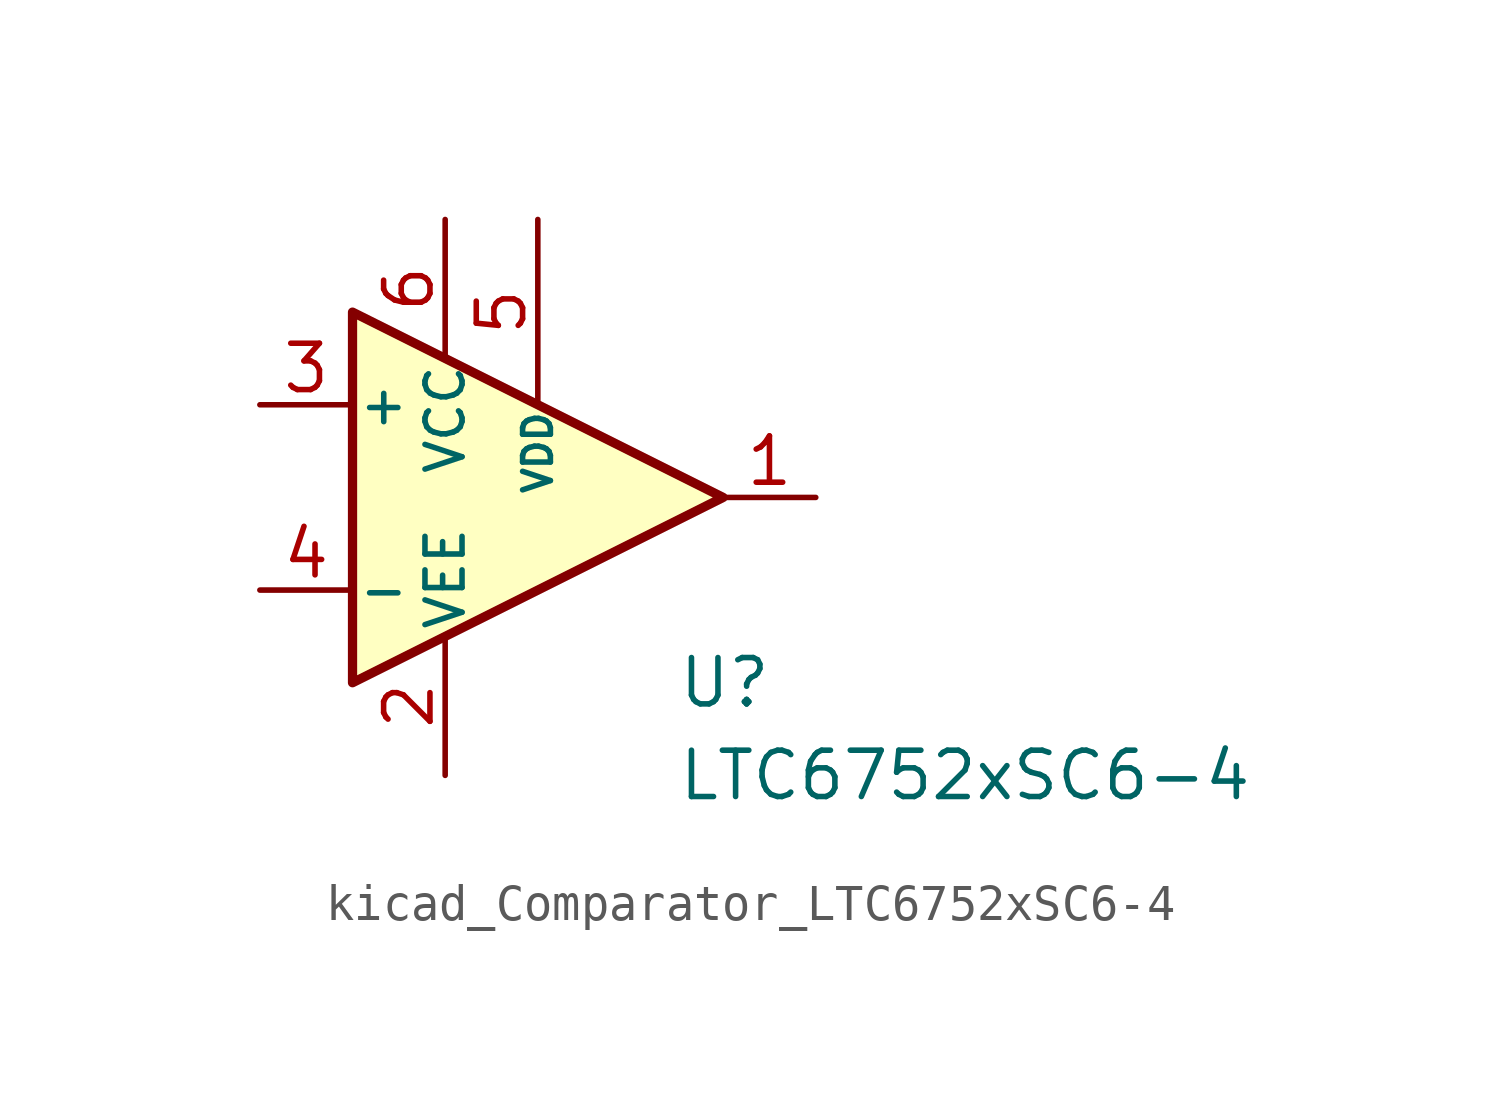
<source format=kicad_sym>
(kicad_symbol_lib
  (version 20220914)
  (generator kicad_symbol_editor)
  (symbol "kicad_Comparator_LTC6752xSC6-4"
    (pin_names
      (offset 0.127))
    (property "Reference" "U"
      (at 3.81 -5.08 0)
      (effects (font (size 1.27 1.27)) (justify left)))
    (property "Value" "LTC6752xSC6-4"
      (at 3.81 -7.62 0)
      (effects (font (size 1.27 1.27)) (justify left)))
    (symbol "kicad_Comparator_LTC6752xSC6-4_1_1"
      (polyline (pts (xy -5.08 5.08) (xy 5.08 0) (xy -5.08 -5.08) (xy -5.08 5.08)) (stroke (width 0.254) (type default)) (fill (type background)))
      (pin output line (at 7.62 0 180) (length 2.54) (name "~" (effects (font (size 1.27 1.27)))) (number "1" (effects (font (size 1.27 1.27)))))
      (pin power_in line (at -2.54 -7.62 90) (length 3.81) (name "VEE" (effects (font (size 1.016 1.016)))) (number "2" (effects (font (size 1.27 1.27)))))
      (pin input line (at -7.62 2.54 0) (length 2.54) (name "+" (effects (font (size 1.016 1.016)))) (number "3" (effects (font (size 1.27 1.27)))))
      (pin input line (at -7.62 -2.54 0) (length 2.54) (name "-" (effects (font (size 1.016 1.016)))) (number "4" (effects (font (size 1.27 1.27)))))
      (pin power_in line (at 0 7.62 270) (length 5.08) (name "VDD" (effects (font (size 0.762 0.762)))) (number "5" (effects (font (size 1.27 1.27)))))
      (pin power_in line (at -2.54 7.62 270) (length 3.81) (name "VCC" (effects (font (size 1.016 1.016)))) (number "6" (effects (font (size 1.27 1.27))))))))
</source>
